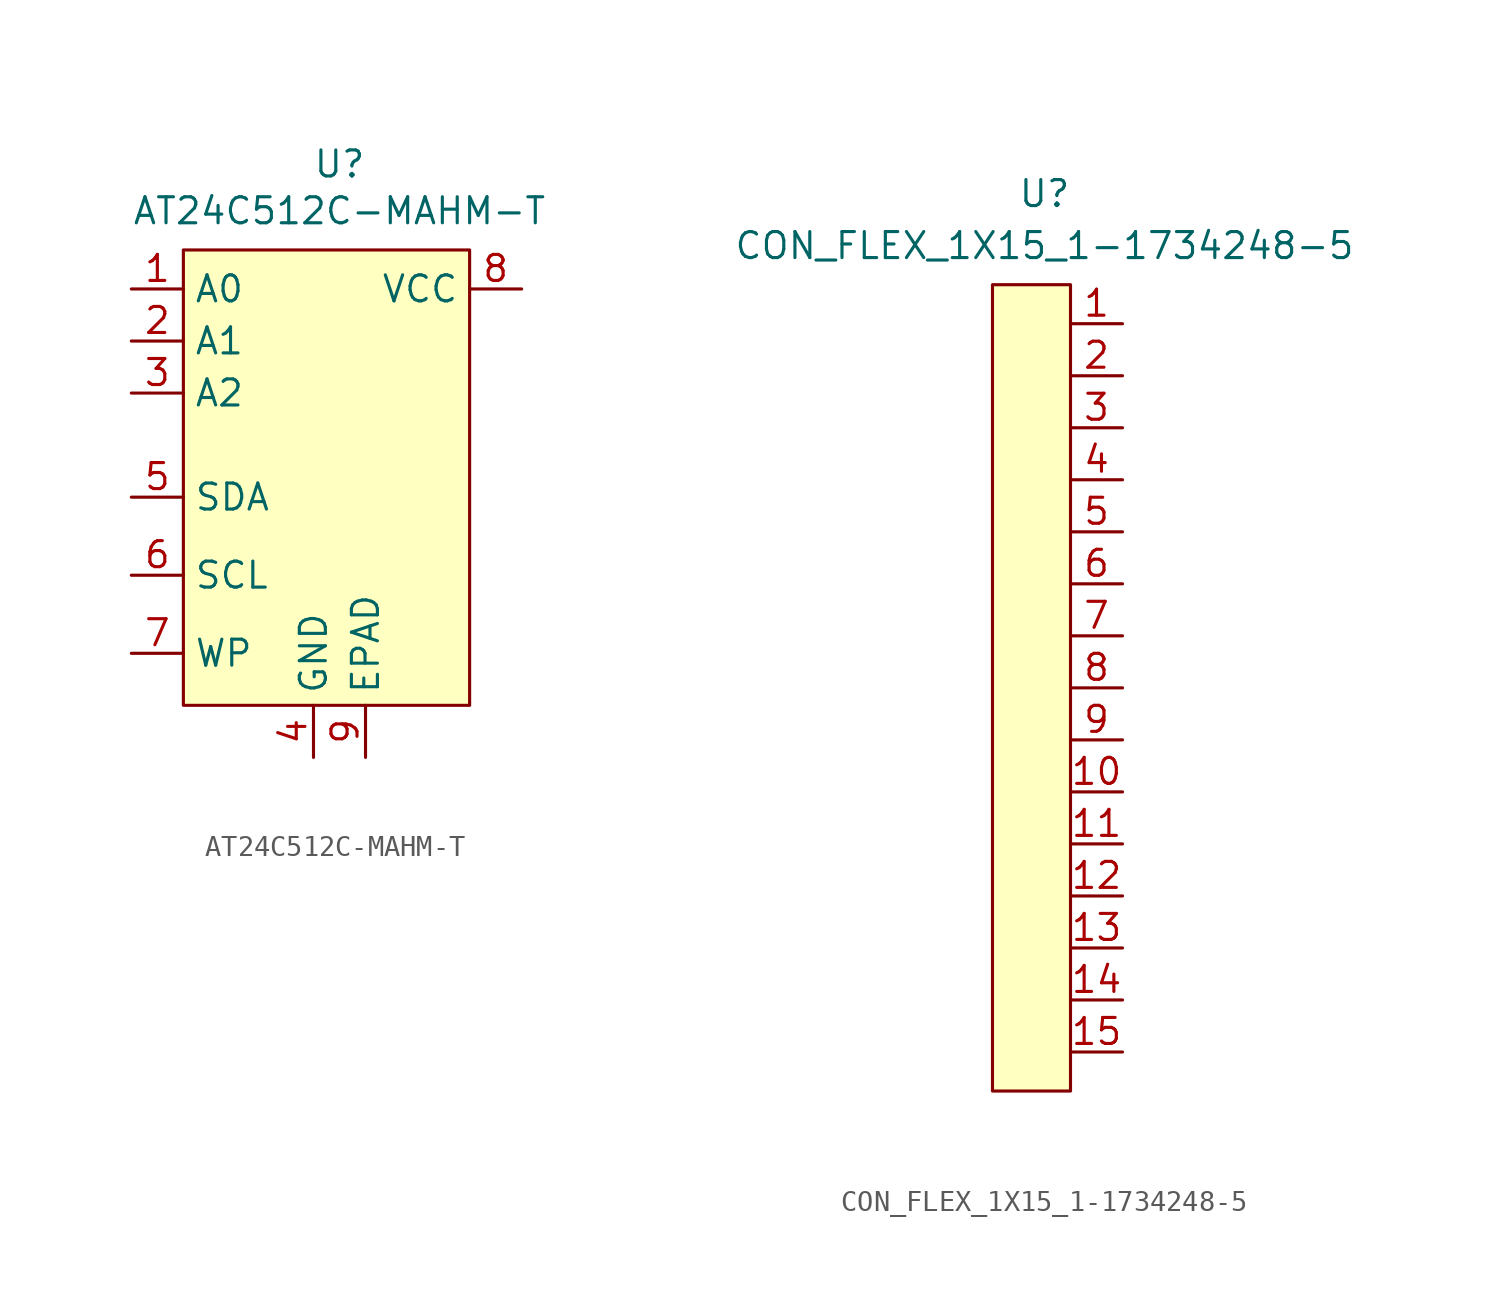
<source format=kicad_sym>
(kicad_symbol_lib
  (version 20241209)
  (generator "kicad_symbol_editor")
  (generator_version "9.0")
  (symbol "AT24C512C-MAHM-T"
    (property "Reference" "U"
      (at 0 1.016 0)
      (effects (font (size 1.27 1.27))))
    (property "Value" "AT24C512C-MAHM-T"
      (at 0 -1.27 0)
      (effects (font (size 1.27 1.27))))
    (symbol "AT24C512C-MAHM-T_0_0"
      (pin passive line (at -10.16 -5.08 0) (length 2.54) (name "A0" (effects (font (size 1.27 1.27)))) (number "1" (effects (font (size 1.27 1.27)))))
      (pin passive line (at -10.16 -7.62 0) (length 2.54) (name "A1" (effects (font (size 1.27 1.27)))) (number "2" (effects (font (size 1.27 1.27)))))
      (pin passive line (at -10.16 -10.16 0) (length 2.54) (name "A2" (effects (font (size 1.27 1.27)))) (number "3" (effects (font (size 1.27 1.27)))))
      (pin passive line (at -10.16 -15.24 0) (length 2.54) (name "SDA" (effects (font (size 1.27 1.27)))) (number "5" (effects (font (size 1.27 1.27)))))
      (pin passive line (at -10.16 -19.05 0) (length 2.54) (name "SCL" (effects (font (size 1.27 1.27)))) (number "6" (effects (font (size 1.27 1.27)))))
      (pin passive line (at -10.16 -22.86 0) (length 2.54) (name "WP" (effects (font (size 1.27 1.27)))) (number "7" (effects (font (size 1.27 1.27)))))
      (pin passive line (at -1.27 -27.94 90) (length 2.54) (name "GND" (effects (font (size 1.27 1.27)))) (number "4" (effects (font (size 1.27 1.27)))))
      (pin passive line (at 1.27 -27.94 90) (length 2.54) (name "EPAD" (effects (font (size 1.27 1.27)))) (number "9" (effects (font (size 1.27 1.27)))))
      (pin passive line (at 8.89 -5.08 180) (length 2.54) (name "VCC" (effects (font (size 1.27 1.27)))) (number "8" (effects (font (size 1.27 1.27))))))
    (symbol "AT24C512C-MAHM-T_1_1"
      (rectangle (start -7.62 -3.175) (end 6.35 -25.4) (stroke (width 0) (type solid)) (fill (type background)))))
  (symbol "CON_FLEX_1X15_1-1734248-5"
    (property "Reference" "U"
      (at 0 0 0)
      (effects (font (size 1.27 1.27))))
    (property "Value" "CON_FLEX_1X15_1-1734248-5"
      (at 0 -2.54 0)
      (effects (font (size 1.27 1.27))))
    (symbol "CON_FLEX_1X15_1-1734248-5_1_0"
      (pin passive line (at 3.81 -8.89 180) (length 2.54) (name "" (effects (font (size 1.27 1.27)))) (number "2" (effects (font (size 1.27 1.27)))))
      (pin passive line (at 3.81 -11.43 180) (length 2.54) (name "" (effects (font (size 1.27 1.27)))) (number "3" (effects (font (size 1.27 1.27)))))
      (pin passive line (at 3.81 -13.97 180) (length 2.54) (name "" (effects (font (size 1.27 1.27)))) (number "4" (effects (font (size 1.27 1.27)))))
      (pin passive line (at 3.81 -16.51 180) (length 2.54) (name "" (effects (font (size 1.27 1.27)))) (number "5" (effects (font (size 1.27 1.27)))))
      (pin passive line (at 3.81 -19.05 180) (length 2.54) (name "" (effects (font (size 1.27 1.27)))) (number "6" (effects (font (size 1.27 1.27)))))
      (pin passive line (at 3.81 -21.59 180) (length 2.54) (name "" (effects (font (size 1.27 1.27)))) (number "7" (effects (font (size 1.27 1.27)))))
      (pin passive line (at 3.81 -24.13 180) (length 2.54) (name "" (effects (font (size 1.27 1.27)))) (number "8" (effects (font (size 1.27 1.27)))))
      (pin passive line (at 3.81 -26.67 180) (length 2.54) (name "" (effects (font (size 1.27 1.27)))) (number "9" (effects (font (size 1.27 1.27)))))
      (pin passive line (at 3.81 -29.21 180) (length 2.54) (name "" (effects (font (size 1.27 1.27)))) (number "10" (effects (font (size 1.27 1.27)))))
      (pin passive line (at 3.81 -31.75 180) (length 2.54) (name "" (effects (font (size 1.27 1.27)))) (number "11" (effects (font (size 1.27 1.27)))))
      (pin passive line (at 3.81 -34.29 180) (length 2.54) (name "" (effects (font (size 1.27 1.27)))) (number "12" (effects (font (size 1.27 1.27)))))
      (pin passive line (at 3.81 -36.83 180) (length 2.54) (name "" (effects (font (size 1.27 1.27)))) (number "13" (effects (font (size 1.27 1.27)))))
      (pin passive line (at 3.81 -39.37 180) (length 2.54) (name "" (effects (font (size 1.27 1.27)))) (number "14" (effects (font (size 1.27 1.27)))))
      (pin passive line (at 3.81 -41.91 180) (length 2.54) (name "" (effects (font (size 1.27 1.27)))) (number "15" (effects (font (size 1.27 1.27))))))
    (symbol "CON_FLEX_1X15_1-1734248-5_1_1"
      (rectangle (start -2.54 -4.445) (end 1.27 -43.815) (stroke (width 0) (type solid)) (fill (type background)))
      (pin passive line (at 3.81 -6.35 180) (length 2.54) (name "" (effects (font (size 1.27 1.27)))) (number "1" (effects (font (size 1.27 1.27))))))))
</source>
